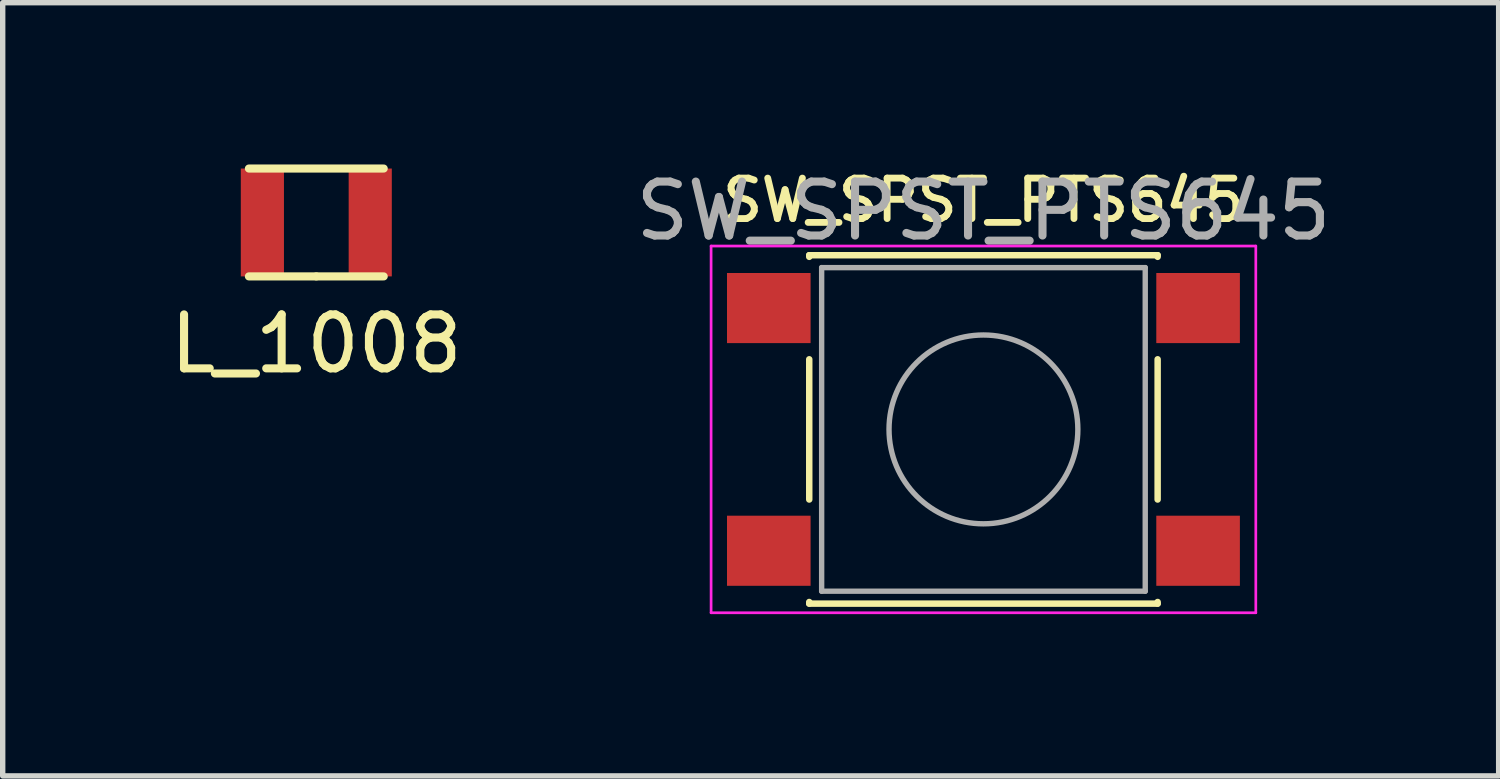
<source format=kicad_pcb>
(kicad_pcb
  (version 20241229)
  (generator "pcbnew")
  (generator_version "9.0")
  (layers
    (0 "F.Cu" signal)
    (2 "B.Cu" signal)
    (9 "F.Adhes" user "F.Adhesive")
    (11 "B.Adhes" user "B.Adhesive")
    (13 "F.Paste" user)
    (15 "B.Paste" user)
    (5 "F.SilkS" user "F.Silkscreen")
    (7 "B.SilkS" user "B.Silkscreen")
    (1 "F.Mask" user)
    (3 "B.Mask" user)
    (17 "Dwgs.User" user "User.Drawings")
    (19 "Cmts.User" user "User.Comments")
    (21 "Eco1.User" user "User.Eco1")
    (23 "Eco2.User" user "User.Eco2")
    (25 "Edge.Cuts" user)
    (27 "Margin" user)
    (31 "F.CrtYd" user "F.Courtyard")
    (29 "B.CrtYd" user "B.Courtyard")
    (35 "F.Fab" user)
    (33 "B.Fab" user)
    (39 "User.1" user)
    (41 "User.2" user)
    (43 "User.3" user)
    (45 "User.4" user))
  (footprint "SW_SPST_PTS645"
    (layer "F.Cu")
    (at 15.185 4.912)
    (property "Reference" "SW_SPST_PTS645" (at 0 -4.25 0) (layer "F.SilkS") (effects (font (size 0.75 0.75) (thickness 0.127))))
    (attr smd)
    (fp_line (start -3.23 -3.23) (end 3.23 -3.23) (stroke (width 0.12) (type solid)) (layer "F.SilkS"))
    (fp_line (start -3.23 -3.2) (end -3.23 -3.23) (stroke (width 0.12) (type solid)) (layer "F.SilkS"))
    (fp_line (start -3.23 -1.3) (end -3.23 1.3) (stroke (width 0.12) (type solid)) (layer "F.SilkS"))
    (fp_line (start -3.23 3.23) (end -3.23 3.2) (stroke (width 0.12) (type solid)) (layer "F.SilkS"))
    (fp_line (start -3.23 3.23) (end 3.23 3.23) (stroke (width 0.12) (type solid)) (layer "F.SilkS"))
    (fp_line (start 3.23 -3.23) (end 3.23 -3.2) (stroke (width 0.12) (type solid)) (layer "F.SilkS"))
    (fp_line (start 3.23 -1.3) (end 3.23 1.3) (stroke (width 0.12) (type solid)) (layer "F.SilkS"))
    (fp_line (start 3.23 3.23) (end 3.23 3.2) (stroke (width 0.12) (type solid)) (layer "F.SilkS"))
    (fp_line (start -5.05 -3.4) (end -5.05 3.4) (stroke (width 0.05) (type solid)) (layer "F.CrtYd"))
    (fp_line (start -5.05 -3.4) (end 5.05 -3.4) (stroke (width 0.05) (type solid)) (layer "F.CrtYd"))
    (fp_line (start -5.05 3.4) (end 5.05 3.4) (stroke (width 0.05) (type solid)) (layer "F.CrtYd"))
    (fp_line (start 5.05 3.4) (end 5.05 -3.4) (stroke (width 0.05) (type solid)) (layer "F.CrtYd"))
    (fp_line (start -3 -3) (end -3 3) (stroke (width 0.1) (type solid)) (layer "F.Fab"))
    (fp_line (start -3 3) (end 3 3) (stroke (width 0.1) (type solid)) (layer "F.Fab"))
    (fp_line (start 3 -3) (end -3 -3) (stroke (width 0.1) (type solid)) (layer "F.Fab"))
    (fp_line (start 3 3) (end 3 -3) (stroke (width 0.1) (type solid)) (layer "F.Fab"))
    (fp_circle (center 0 0) (end 1.75 -0.05) (stroke (width 0.1) (type solid)) (fill no) (layer "F.Fab"))
    (fp_text user "${REFERENCE}" (at 0 -4.05 0) (layer "F.Fab") (effects (font (size 1 1) (thickness 0.15))))
    (pad "1" smd rect (at -3.98 -2.25) (size 1.55 1.3) (layers "F.Cu" "F.Mask" "F.Paste"))
    (pad "2" smd rect (at -3.98 2.25) (size 1.55 1.3) (layers "F.Cu" "F.Mask" "F.Paste"))
    (pad "3" smd rect (at 3.98 -2.25) (size 1.55 1.3) (layers "F.Cu" "F.Mask" "F.Paste"))
    (pad "4" smd rect (at 3.98 2.25) (size 1.55 1.3) (layers "F.Cu" "F.Mask" "F.Paste")))
  (footprint "L_1008"
    (layer "F.Cu")
    (at 2.815 1.075)
    (property "Reference" "L_1008" (at 0 2.25 0) (layer "F.SilkS") (effects (font (size 1 1) (thickness 0.15))))
    (attr through_hole)
    (fp_line (start -1.25 -1) (end 1.25 -1) (stroke (width 0.15) (type solid)) (layer "F.SilkS"))
    (fp_line (start 0 1) (end -1.25 1) (stroke (width 0.15) (type solid)) (layer "F.SilkS"))
    (fp_line (start 0 1) (end 1.25 1) (stroke (width 0.15) (type solid)) (layer "F.SilkS"))
    (pad "1" smd rect (at -1 0) (size 0.8 2) (layers "F.Cu" "F.Mask" "F.Paste"))
    (pad "2" smd rect (at 1 0) (size 0.8 2) (layers "F.Cu" "F.Mask" "F.Paste")))
  (gr_rect
    (start -3 -3)
    (end 24.738 11.337)
    (stroke (width 0.1) (type default))
    (fill no)
    (layer "Edge.Cuts")))
</source>
